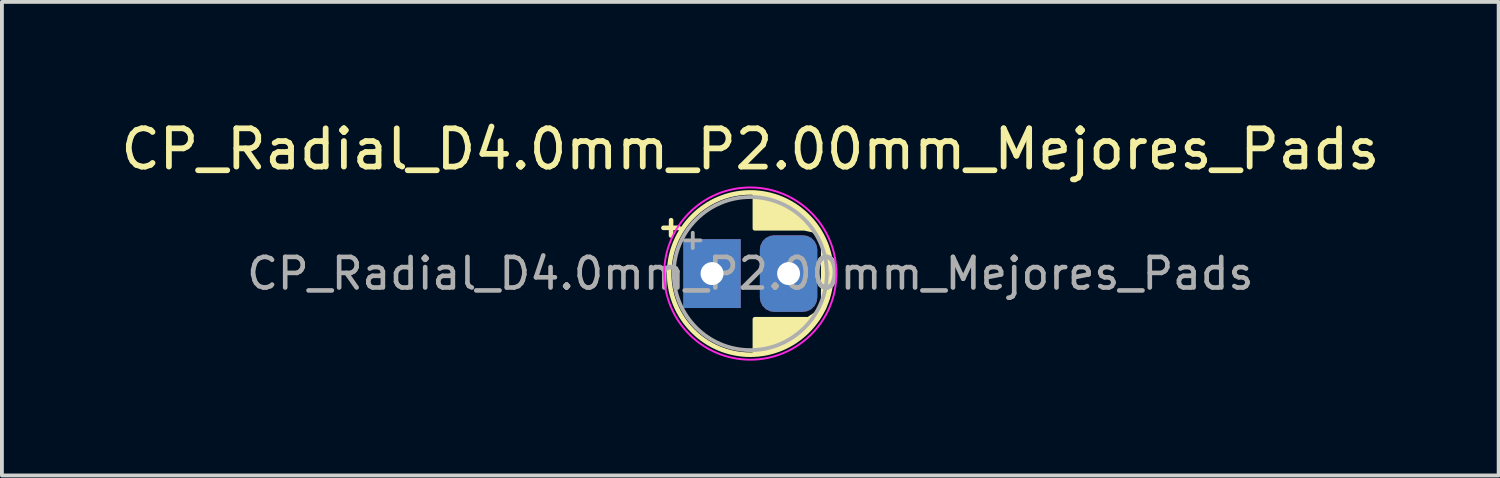
<source format=kicad_pcb>
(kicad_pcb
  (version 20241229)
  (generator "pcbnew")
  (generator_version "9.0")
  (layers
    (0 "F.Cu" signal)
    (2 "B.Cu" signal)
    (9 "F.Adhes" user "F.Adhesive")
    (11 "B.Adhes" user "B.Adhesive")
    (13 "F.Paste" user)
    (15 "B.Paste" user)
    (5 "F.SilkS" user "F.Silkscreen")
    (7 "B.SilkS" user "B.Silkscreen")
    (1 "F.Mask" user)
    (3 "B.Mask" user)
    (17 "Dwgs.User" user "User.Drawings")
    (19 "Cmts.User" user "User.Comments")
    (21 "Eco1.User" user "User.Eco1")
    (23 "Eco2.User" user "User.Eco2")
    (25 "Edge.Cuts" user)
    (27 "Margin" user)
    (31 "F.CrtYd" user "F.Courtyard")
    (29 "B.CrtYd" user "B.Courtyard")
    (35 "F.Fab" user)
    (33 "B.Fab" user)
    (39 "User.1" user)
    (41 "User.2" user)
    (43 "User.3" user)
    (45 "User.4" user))
  (footprint "CP_Radial_D4.0mm_P2.00mm_Mejores_Pads"
    (layer "F.Cu")
    (at 15.554 4.098)
    (property "Reference" "CP_Radial_D4.0mm_P2.00mm_Mejores_Pads" (at 1 -3.25 0) (layer "F.SilkS") (effects (font (size 1 1) (thickness 0.15))))
    (attr through_hole)
    (fp_line (start -1.27 -1.195) (end -0.87 -1.195) (stroke (width 0.12) (type solid)) (layer "F.SilkS"))
    (fp_line (start -1.07 -1.395) (end -1.07 -0.995) (stroke (width 0.12) (type solid)) (layer "F.SilkS"))
    (fp_circle (center 1 0) (end 3.12 0) (stroke (width 0.12) (type solid)) (fill no) (layer "F.SilkS"))
    (fp_poly (pts (xy 1.6 -2) (xy 2.3 -1.632) (xy 2.775 -1.05) (xy 2.875 -0.9) (xy 2.9 -0.825) (xy 2.975 -0.725) (xy 2.921 -0.696) (xy 3 -0.5) (xy 3 0.4) (xy 2.905 0.732) (xy 3.024 0.627) (xy 2.9 0.756) (xy 2.928 0.878) (xy 2.748 1.186) (xy 2.407 1.554) (xy 1.807 1.945) (xy 1.12 2.039) (xy 1.12 1.193) (xy 2.52 1.193) (xy 2.8 1) (xy 2.906 0.705) (xy 2.906 -0.767) (xy 2.825 -0.95) (xy 2.651 -1.132) (xy 2.42 -1.182) (xy 1.12 -1.182) (xy 1.12 -2.103)) (stroke (width 0.12) (type solid)) (fill yes) (layer "F.SilkS"))
    (fp_circle (center 1 0) (end 3.25 0) (stroke (width 0.05) (type solid)) (fill no) (layer "F.CrtYd"))
    (fp_line (start -0.703 -0.868) (end -0.303 -0.868) (stroke (width 0.1) (type solid)) (layer "F.Fab"))
    (fp_line (start -0.503 -1.067) (end -0.503 -0.667) (stroke (width 0.1) (type solid)) (layer "F.Fab"))
    (fp_circle (center 1 0) (end 3 0) (stroke (width 0.1) (type solid)) (fill no) (layer "F.Fab"))
    (fp_text user "${REFERENCE}" (at 1 0 0) (layer "F.Fab") (effects (font (size 0.8 0.8) (thickness 0.12))))
    (pad "1" thru_hole rect (at 0 0) (size 1.5 1.8) (drill 0.6) (layers "*.Cu" "*.Mask"))
    (pad "2" thru_hole roundrect (at 2 0) (size 1.5 2) (drill 0.6) (layers "*.Cu" "*.Mask") (roundrect_rratio 0.25)))
  (gr_rect
    (start -3 -3)
    (end 36.107 9.373)
    (stroke (width 0.1) (type default))
    (fill no)
    (layer "Edge.Cuts")))
</source>
